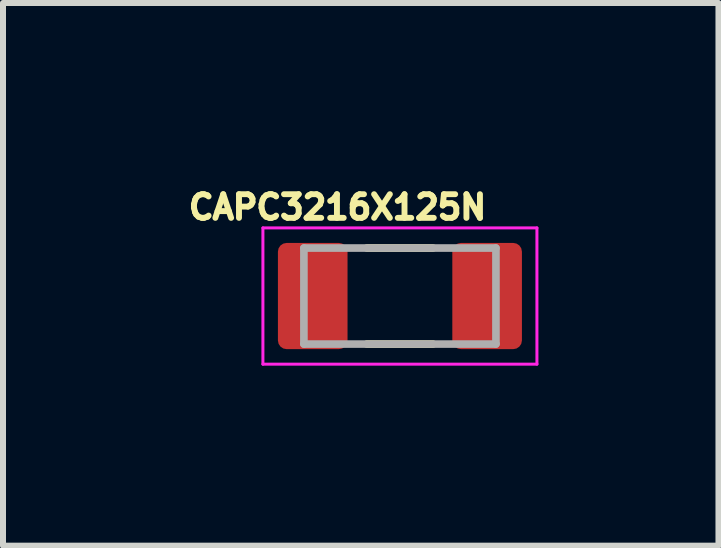
<source format=kicad_pcb>
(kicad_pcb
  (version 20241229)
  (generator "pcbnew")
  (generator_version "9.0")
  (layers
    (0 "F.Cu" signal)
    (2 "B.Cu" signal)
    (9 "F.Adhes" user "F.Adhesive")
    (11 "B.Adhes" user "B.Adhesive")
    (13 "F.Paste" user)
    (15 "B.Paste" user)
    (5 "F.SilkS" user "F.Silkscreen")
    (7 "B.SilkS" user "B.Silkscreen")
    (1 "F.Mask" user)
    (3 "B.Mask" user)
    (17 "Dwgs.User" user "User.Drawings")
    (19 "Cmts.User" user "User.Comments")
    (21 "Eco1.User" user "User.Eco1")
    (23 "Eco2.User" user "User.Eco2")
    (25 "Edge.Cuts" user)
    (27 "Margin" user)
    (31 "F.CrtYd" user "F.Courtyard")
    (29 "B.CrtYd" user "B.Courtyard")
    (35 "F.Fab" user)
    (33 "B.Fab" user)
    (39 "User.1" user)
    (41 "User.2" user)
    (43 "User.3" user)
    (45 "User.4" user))
  (footprint "CAPC3216X125N"
    (layer "F.Cu")
    (at 3.614 1.883)
    (property "Reference" "CAPC3216X125N" (at -1.04 -1.48 0) (layer "F.SilkS") (effects (font (size 0.394 0.394) (thickness 0.15))))
    (attr smd)
    (fp_line (start -0.55 -0.8) (end 0.55 -0.8) (stroke (width 0.127) (type solid)) (layer "F.SilkS"))
    (fp_line (start -0.55 0.8) (end 0.55 0.8) (stroke (width 0.127) (type solid)) (layer "F.SilkS"))
    (fp_line (start -2.283 -1.135) (end 2.283 -1.135) (stroke (width 0.05) (type solid)) (layer "F.CrtYd"))
    (fp_line (start -2.283 1.135) (end -2.283 -1.135) (stroke (width 0.05) (type solid)) (layer "F.CrtYd"))
    (fp_line (start -2.283 1.135) (end 2.283 1.135) (stroke (width 0.05) (type solid)) (layer "F.CrtYd"))
    (fp_line (start 2.283 1.135) (end 2.283 -1.135) (stroke (width 0.05) (type solid)) (layer "F.CrtYd"))
    (fp_line (start -1.6 0.8) (end -1.6 -0.8) (stroke (width 0.127) (type solid)) (layer "F.Fab"))
    (fp_line (start 1.6 -0.8) (end -1.6 -0.8) (stroke (width 0.127) (type solid)) (layer "F.Fab"))
    (fp_line (start 1.6 0.8) (end -1.6 0.8) (stroke (width 0.127) (type solid)) (layer "F.Fab"))
    (fp_line (start 1.6 0.8) (end 1.6 -0.8) (stroke (width 0.127) (type solid)) (layer "F.Fab"))
    (pad "1" smd roundrect (at -1.453 0) (size 1.16 1.77) (layers "F.Cu" "F.Mask" "F.Paste") (roundrect_rratio 0.125))
    (pad "2" smd roundrect (at 1.453 0) (size 1.16 1.77) (layers "F.Cu" "F.Mask" "F.Paste") (roundrect_rratio 0.125)))
  (gr_rect
    (start -3 -3)
    (end 8.922 6.043)
    (stroke (width 0.1) (type default))
    (fill no)
    (layer "Edge.Cuts")))
</source>
